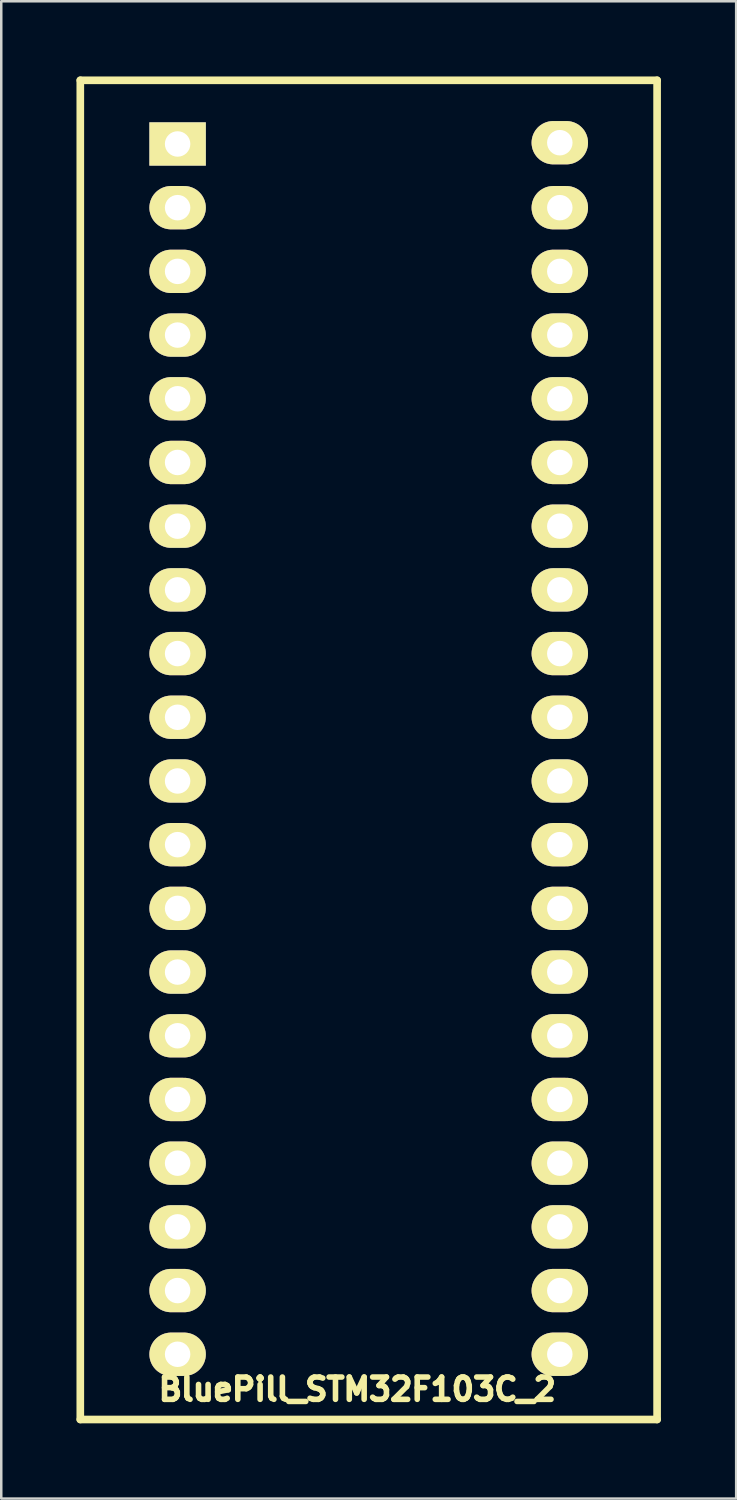
<source format=kicad_pcb>
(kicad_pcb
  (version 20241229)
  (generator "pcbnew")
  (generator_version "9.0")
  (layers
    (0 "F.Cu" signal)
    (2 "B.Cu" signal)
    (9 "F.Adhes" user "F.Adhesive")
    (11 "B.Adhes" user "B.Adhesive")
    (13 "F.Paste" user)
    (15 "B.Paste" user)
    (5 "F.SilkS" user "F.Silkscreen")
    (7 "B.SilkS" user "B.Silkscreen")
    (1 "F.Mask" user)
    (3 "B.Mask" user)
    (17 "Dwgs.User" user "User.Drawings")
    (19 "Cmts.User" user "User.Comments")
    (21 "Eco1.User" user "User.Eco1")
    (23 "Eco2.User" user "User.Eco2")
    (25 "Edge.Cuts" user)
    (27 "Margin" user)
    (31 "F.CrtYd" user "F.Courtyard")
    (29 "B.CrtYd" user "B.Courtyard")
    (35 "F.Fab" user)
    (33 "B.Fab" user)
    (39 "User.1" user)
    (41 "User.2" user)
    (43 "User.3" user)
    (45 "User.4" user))
  (footprint "BluePill_STM32F103C_2"
    (layer "F.Cu")
    (at 4.032 2.742)
    (property "Reference" "BluePill_STM32F103C_2" (at 7.163 49.606 180) (layer "F.SilkS") (effects (font (size 0.889 0.889) (thickness 0.305))))
    (attr through_hole)
    (fp_line (start -3.88 -2.59) (end 19.12 -2.59) (stroke (width 0.305) (type solid)) (layer "F.SilkS"))
    (fp_line (start -3.88 50.81) (end -3.88 -2.59) (stroke (width 0.305) (type solid)) (layer "F.SilkS"))
    (fp_line (start 19.12 -2.59) (end 19.12 50.81) (stroke (width 0.305) (type solid)) (layer "F.SilkS"))
    (fp_line (start 19.12 50.81) (end -3.88 50.81) (stroke (width 0.305) (type solid)) (layer "F.SilkS"))
    (pad "1" thru_hole rect (at 0 -0.051 270) (size 1.727 2.25) (drill 1.016) (layers "*.Cu" "*.Mask" "F.SilkS"))
    (pad "2" thru_hole oval (at 0 2.489 270) (size 1.727 2.25) (drill 1.016) (layers "*.Cu" "*.Mask" "F.SilkS"))
    (pad "3" thru_hole oval (at 0 5.029 270) (size 1.727 2.25) (drill 1.016) (layers "*.Cu" "*.Mask" "F.SilkS"))
    (pad "4" thru_hole oval (at 0 7.569 270) (size 1.727 2.25) (drill 1.016) (layers "*.Cu" "*.Mask" "F.SilkS"))
    (pad "5" thru_hole oval (at 0 10.109 270) (size 1.727 2.25) (drill 1.016) (layers "*.Cu" "*.Mask" "F.SilkS"))
    (pad "6" thru_hole oval (at 0 12.649 270) (size 1.727 2.25) (drill 1.016) (layers "*.Cu" "*.Mask" "F.SilkS"))
    (pad "7" thru_hole oval (at 0 15.189 270) (size 1.727 2.25) (drill 1.016) (layers "*.Cu" "*.Mask" "F.SilkS"))
    (pad "8" thru_hole oval (at 0 17.729 270) (size 1.727 2.25) (drill 1.016) (layers "*.Cu" "*.Mask" "F.SilkS"))
    (pad "9" thru_hole oval (at 0 20.269 270) (size 1.727 2.25) (drill 1.016) (layers "*.Cu" "*.Mask" "F.SilkS"))
    (pad "10" thru_hole oval (at 0 22.809 270) (size 1.727 2.25) (drill 1.016) (layers "*.Cu" "*.Mask" "F.SilkS"))
    (pad "11" thru_hole oval (at 0 25.349 270) (size 1.727 2.25) (drill 1.016) (layers "*.Cu" "*.Mask" "F.SilkS"))
    (pad "12" thru_hole oval (at 0 27.889 270) (size 1.727 2.25) (drill 1.016) (layers "*.Cu" "*.Mask" "F.SilkS"))
    (pad "13" thru_hole oval (at 0 30.429 270) (size 1.727 2.25) (drill 1.016) (layers "*.Cu" "*.Mask" "F.SilkS"))
    (pad "14" thru_hole oval (at 0 32.969 270) (size 1.727 2.25) (drill 1.016) (layers "*.Cu" "*.Mask" "F.SilkS"))
    (pad "15" thru_hole oval (at 0 35.509 270) (size 1.727 2.25) (drill 1.016) (layers "*.Cu" "*.Mask" "F.SilkS"))
    (pad "16" thru_hole oval (at 0 38.049 270) (size 1.727 2.25) (drill 1.016) (layers "*.Cu" "*.Mask" "F.SilkS"))
    (pad "17" thru_hole oval (at 0 40.589 270) (size 1.727 2.25) (drill 1.016) (layers "*.Cu" "*.Mask" "F.SilkS"))
    (pad "18" thru_hole oval (at 0 43.129 270) (size 1.727 2.25) (drill 1.016) (layers "*.Cu" "*.Mask" "F.SilkS"))
    (pad "19" thru_hole oval (at 0 45.669 270) (size 1.727 2.25) (drill 1.016) (layers "*.Cu" "*.Mask" "F.SilkS"))
    (pad "20" thru_hole oval (at 0 48.209 270) (size 1.727 2.25) (drill 1.016) (layers "*.Cu" "*.Mask" "F.SilkS"))
    (pad "21" thru_hole oval (at 15.24 48.209 90) (size 1.727 2.25) (drill 1.016) (layers "*.Cu" "*.Mask" "F.SilkS"))
    (pad "22" thru_hole oval (at 15.24 45.669 90) (size 1.727 2.25) (drill 1.016) (layers "*.Cu" "*.Mask" "F.SilkS"))
    (pad "23" thru_hole oval (at 15.24 43.129 90) (size 1.727 2.25) (drill 1.016) (layers "*.Cu" "*.Mask" "F.SilkS"))
    (pad "24" thru_hole oval (at 15.24 40.589 90) (size 1.727 2.25) (drill 1.016) (layers "*.Cu" "*.Mask" "F.SilkS"))
    (pad "25" thru_hole oval (at 15.24 38.049 90) (size 1.727 2.25) (drill 1.016) (layers "*.Cu" "*.Mask" "F.SilkS"))
    (pad "26" thru_hole oval (at 15.24 35.509 90) (size 1.727 2.25) (drill 1.016) (layers "*.Cu" "*.Mask" "F.SilkS"))
    (pad "27" thru_hole oval (at 15.24 32.969 90) (size 1.727 2.25) (drill 1.016) (layers "*.Cu" "*.Mask" "F.SilkS"))
    (pad "28" thru_hole oval (at 15.24 30.429 90) (size 1.727 2.25) (drill 1.016) (layers "*.Cu" "*.Mask" "F.SilkS"))
    (pad "29" thru_hole oval (at 15.24 27.889 90) (size 1.727 2.25) (drill 1.016) (layers "*.Cu" "*.Mask" "F.SilkS"))
    (pad "30" thru_hole oval (at 15.24 25.349 90) (size 1.727 2.25) (drill 1.016) (layers "*.Cu" "*.Mask" "F.SilkS"))
    (pad "31" thru_hole oval (at 15.24 22.809 90) (size 1.727 2.25) (drill 1.016) (layers "*.Cu" "*.Mask" "F.SilkS"))
    (pad "32" thru_hole oval (at 15.24 20.269 90) (size 1.727 2.25) (drill 1.016) (layers "*.Cu" "*.Mask" "F.SilkS"))
    (pad "33" thru_hole oval (at 15.24 17.729 90) (size 1.727 2.25) (drill 1.016) (layers "*.Cu" "*.Mask" "F.SilkS"))
    (pad "34" thru_hole oval (at 15.24 15.189 90) (size 1.727 2.25) (drill 1.016) (layers "*.Cu" "*.Mask" "F.SilkS"))
    (pad "35" thru_hole oval (at 15.24 12.649 90) (size 1.727 2.25) (drill 1.016) (layers "*.Cu" "*.Mask" "F.SilkS"))
    (pad "36" thru_hole oval (at 15.24 10.109 90) (size 1.727 2.25) (drill 1.016) (layers "*.Cu" "*.Mask" "F.SilkS"))
    (pad "37" thru_hole oval (at 15.24 7.569 90) (size 1.727 2.25) (drill 1.016) (layers "*.Cu" "*.Mask" "F.SilkS"))
    (pad "38" thru_hole oval (at 15.24 5.029 90) (size 1.727 2.25) (drill 1.016) (layers "*.Cu" "*.Mask" "F.SilkS"))
    (pad "39" thru_hole oval (at 15.24 2.489 90) (size 1.727 2.25) (drill 1.016) (layers "*.Cu" "*.Mask" "F.SilkS"))
    (pad "40" thru_hole oval (at 15.24 -0.102 90) (size 1.727 2.25) (drill 1.016) (layers "*.Cu" "*.Mask" "F.SilkS")))
  (gr_rect
    (start -3 -3)
    (end 26.305 56.705)
    (stroke (width 0.1) (type default))
    (fill no)
    (layer "Edge.Cuts")))
</source>
